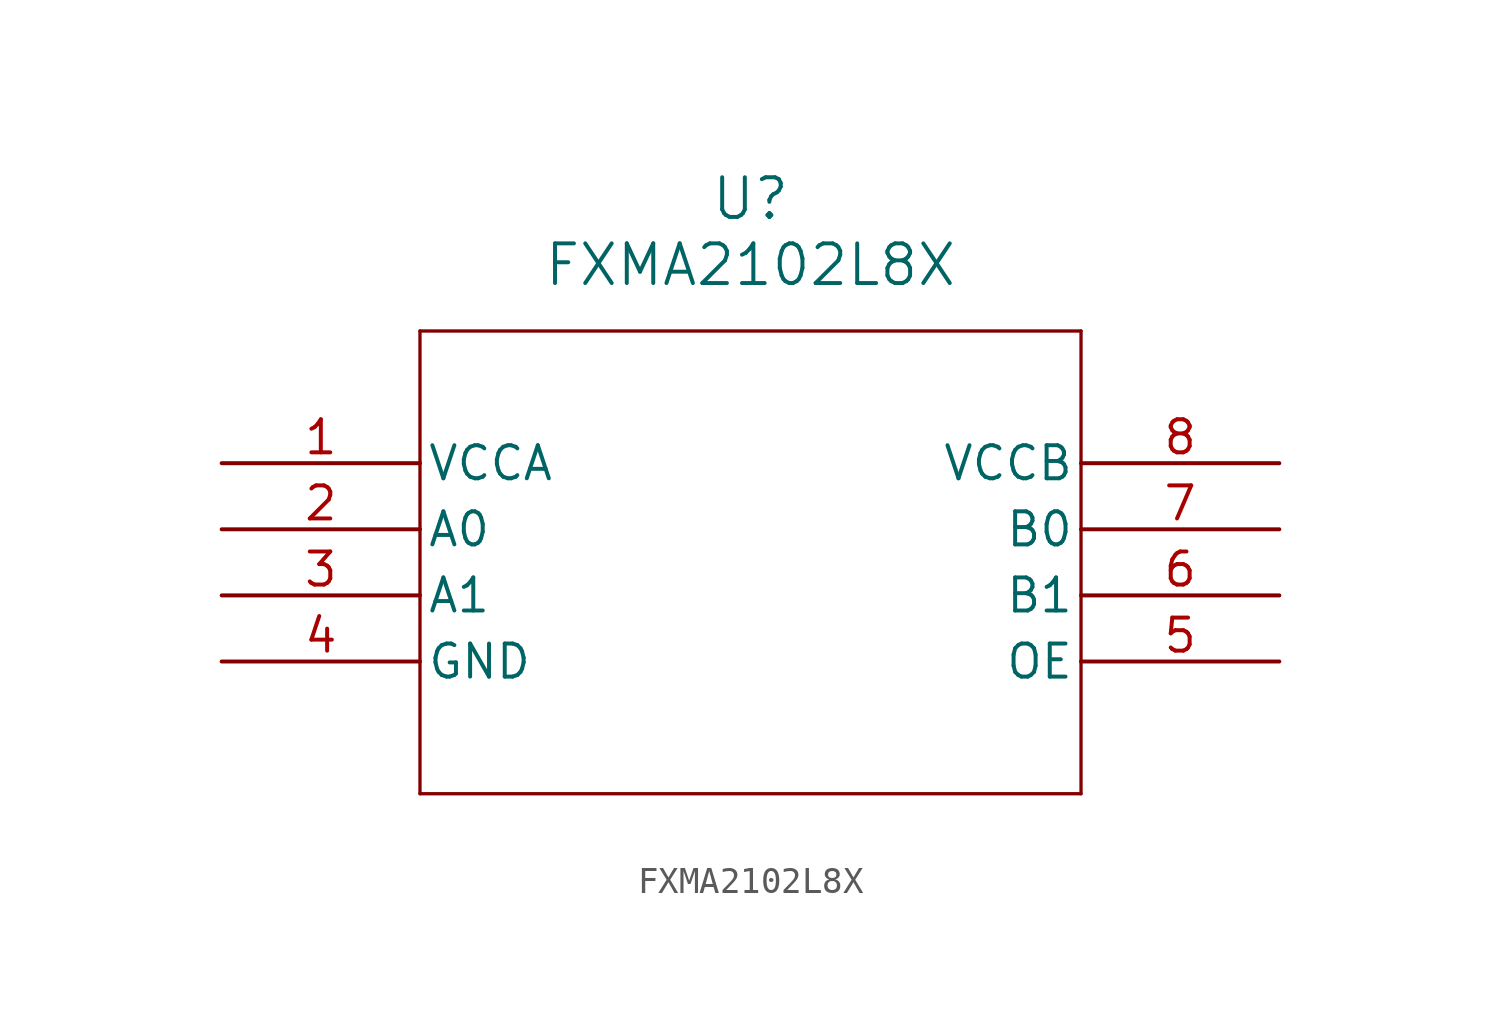
<source format=kicad_sym>
(kicad_symbol_lib
  (version 20211014)
  (generator kicad_symbol_editor)
  (symbol "FXMA2102L8X"
    (pin_names
      (offset 0.254))
    (property "Reference" "U"
      (at 20.32 10.16 0)
      (effects (font (size 1.524 1.524))))
    (property "Value" "FXMA2102L8X"
      (at 20.32 7.62 0)
      (effects (font (size 1.524 1.524))))
    (symbol "FXMA2102L8X_0_1"
      (polyline (pts (xy 7.62 5.08) (xy 7.62 -12.7)) (stroke (width 0.127) (type default) (color 0 0 0 0)) (fill (type none)))
      (polyline (pts (xy 7.62 -12.7) (xy 33.02 -12.7)) (stroke (width 0.127) (type default) (color 0 0 0 0)) (fill (type none)))
      (polyline (pts (xy 33.02 -12.7) (xy 33.02 5.08)) (stroke (width 0.127) (type default) (color 0 0 0 0)) (fill (type none)))
      (polyline (pts (xy 33.02 5.08) (xy 7.62 5.08)) (stroke (width 0.127) (type default) (color 0 0 0 0)) (fill (type none)))
      (pin power_in line (at 0 0 0) (length 7.62) (name "VCCA" (effects (font (size 1.27 1.27)))) (number "1" (effects (font (size 1.27 1.27)))))
      (pin bidirectional line (at 0 -2.54 0) (length 7.62) (name "A0" (effects (font (size 1.27 1.27)))) (number "2" (effects (font (size 1.27 1.27)))))
      (pin bidirectional line (at 0 -5.08 0) (length 7.62) (name "A1" (effects (font (size 1.27 1.27)))) (number "3" (effects (font (size 1.27 1.27)))))
      (pin power_out line (at 0 -7.62 0) (length 7.62) (name "GND" (effects (font (size 1.27 1.27)))) (number "4" (effects (font (size 1.27 1.27)))))
      (pin unspecified line (at 40.64 -7.62 180) (length 7.62) (name "OE" (effects (font (size 1.27 1.27)))) (number "5" (effects (font (size 1.27 1.27)))))
      (pin bidirectional line (at 40.64 -5.08 180) (length 7.62) (name "B1" (effects (font (size 1.27 1.27)))) (number "6" (effects (font (size 1.27 1.27)))))
      (pin bidirectional line (at 40.64 -2.54 180) (length 7.62) (name "B0" (effects (font (size 1.27 1.27)))) (number "7" (effects (font (size 1.27 1.27)))))
      (pin power_in line (at 40.64 0 180) (length 7.62) (name "VCCB" (effects (font (size 1.27 1.27)))) (number "8" (effects (font (size 1.27 1.27))))))))
</source>
